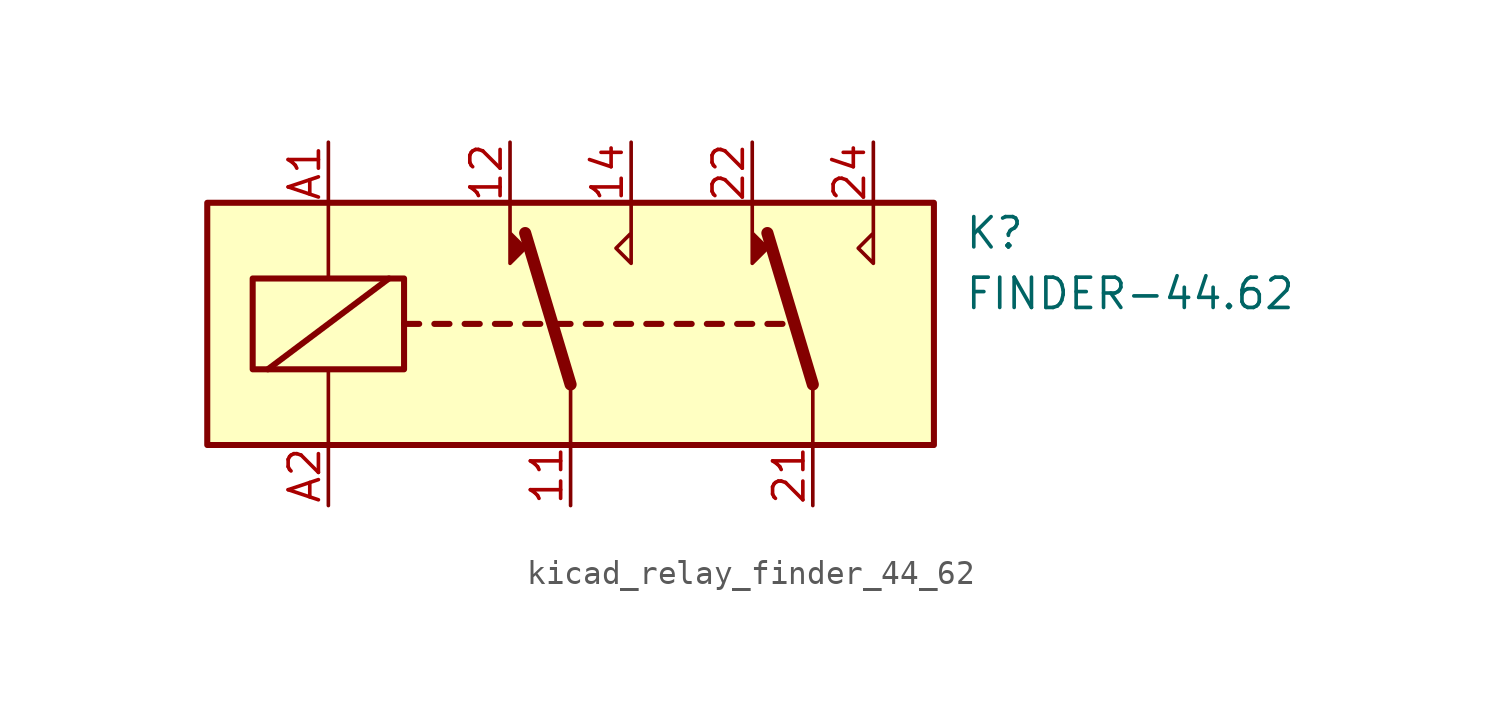
<source format=kicad_sym>
(kicad_symbol_lib
  (version 20220914)
  (generator kicad_symbol_editor)
  (symbol "kicad_relay_finder_44_62"
    (property "Reference" "K"
      (at 16.51 3.81 0)
      (effects (font (size 1.27 1.27)) (justify left)))
    (property "Value" "FINDER-44.62"
      (at 16.51 1.27 0)
      (effects (font (size 1.27 1.27)) (justify left)))
    (symbol "kicad_relay_finder_44_62_0_1"
      (rectangle (start -15.24 5.08) (end 15.24 -5.08) (stroke (width 0.254) (type default)) (fill (type background)))
      (rectangle (start -13.335 1.905) (end -6.985 -1.905) (stroke (width 0.254) (type default)) (fill (type none)))
      (polyline (pts (xy -12.7 -1.905) (xy -7.62 1.905)) (stroke (width 0.254) (type default)) (fill (type none)))
      (polyline (pts (xy -10.16 -5.08) (xy -10.16 -1.905)) (stroke (width 0) (type default)) (fill (type none)))
      (polyline (pts (xy -10.16 5.08) (xy -10.16 1.905)) (stroke (width 0) (type default)) (fill (type none)))
      (polyline (pts (xy -6.985 0) (xy -6.35 0)) (stroke (width 0.254) (type default)) (fill (type none)))
      (polyline (pts (xy -5.715 0) (xy -5.08 0)) (stroke (width 0.254) (type default)) (fill (type none)))
      (polyline (pts (xy -4.445 0) (xy -3.81 0)) (stroke (width 0.254) (type default)) (fill (type none)))
      (polyline (pts (xy -3.175 0) (xy -2.54 0)) (stroke (width 0.254) (type default)) (fill (type none)))
      (polyline (pts (xy -1.905 0) (xy -1.27 0)) (stroke (width 0.254) (type default)) (fill (type none)))
      (polyline (pts (xy -0.635 0) (xy 0 0)) (stroke (width 0.254) (type default)) (fill (type none)))
      (polyline (pts (xy 0 -2.54) (xy -1.905 3.81)) (stroke (width 0.508) (type default)) (fill (type none)))
      (polyline (pts (xy 0 -2.54) (xy 0 -5.08)) (stroke (width 0) (type default)) (fill (type none)))
      (polyline (pts (xy 0.635 0) (xy 1.27 0)) (stroke (width 0.254) (type default)) (fill (type none)))
      (polyline (pts (xy 1.905 0) (xy 2.54 0)) (stroke (width 0.254) (type default)) (fill (type none)))
      (polyline (pts (xy 3.175 0) (xy 3.81 0)) (stroke (width 0.254) (type default)) (fill (type none)))
      (polyline (pts (xy 4.445 0) (xy 5.08 0)) (stroke (width 0.254) (type default)) (fill (type none)))
      (polyline (pts (xy 5.715 0) (xy 6.35 0)) (stroke (width 0.254) (type default)) (fill (type none)))
      (polyline (pts (xy 6.985 0) (xy 7.62 0)) (stroke (width 0.254) (type default)) (fill (type none)))
      (polyline (pts (xy 8.255 0) (xy 8.89 0)) (stroke (width 0.254) (type default)) (fill (type none)))
      (polyline (pts (xy 10.16 -2.54) (xy 8.255 3.81)) (stroke (width 0.508) (type default)) (fill (type none)))
      (polyline (pts (xy 10.16 -2.54) (xy 10.16 -5.08)) (stroke (width 0) (type default)) (fill (type none)))
      (polyline (pts (xy -2.54 5.08) (xy -2.54 2.54) (xy -1.905 3.175) (xy -2.54 3.81)) (stroke (width 0) (type default)) (fill (type outline)))
      (polyline (pts (xy 2.54 5.08) (xy 2.54 2.54) (xy 1.905 3.175) (xy 2.54 3.81)) (stroke (width 0) (type default)) (fill (type none)))
      (polyline (pts (xy 7.62 5.08) (xy 7.62 2.54) (xy 8.255 3.175) (xy 7.62 3.81)) (stroke (width 0) (type default)) (fill (type outline)))
      (polyline (pts (xy 12.7 5.08) (xy 12.7 2.54) (xy 12.065 3.175) (xy 12.7 3.81)) (stroke (width 0) (type default)) (fill (type none))))
    (symbol "kicad_relay_finder_44_62_1_1"
      (pin passive line (at 0 -7.62 90) (length 2.54) (name "~" (effects (font (size 1.27 1.27)))) (number "11" (effects (font (size 1.27 1.27)))))
      (pin passive line (at -2.54 7.62 270) (length 2.54) (name "~" (effects (font (size 1.27 1.27)))) (number "12" (effects (font (size 1.27 1.27)))))
      (pin passive line (at 2.54 7.62 270) (length 2.54) (name "~" (effects (font (size 1.27 1.27)))) (number "14" (effects (font (size 1.27 1.27)))))
      (pin passive line (at 10.16 -7.62 90) (length 2.54) (name "~" (effects (font (size 1.27 1.27)))) (number "21" (effects (font (size 1.27 1.27)))))
      (pin passive line (at 7.62 7.62 270) (length 2.54) (name "~" (effects (font (size 1.27 1.27)))) (number "22" (effects (font (size 1.27 1.27)))))
      (pin passive line (at 12.7 7.62 270) (length 2.54) (name "~" (effects (font (size 1.27 1.27)))) (number "24" (effects (font (size 1.27 1.27)))))
      (pin passive line (at -10.16 7.62 270) (length 2.54) (name "~" (effects (font (size 1.27 1.27)))) (number "A1" (effects (font (size 1.27 1.27)))))
      (pin passive line (at -10.16 -7.62 90) (length 2.54) (name "~" (effects (font (size 1.27 1.27)))) (number "A2" (effects (font (size 1.27 1.27))))))))
</source>
